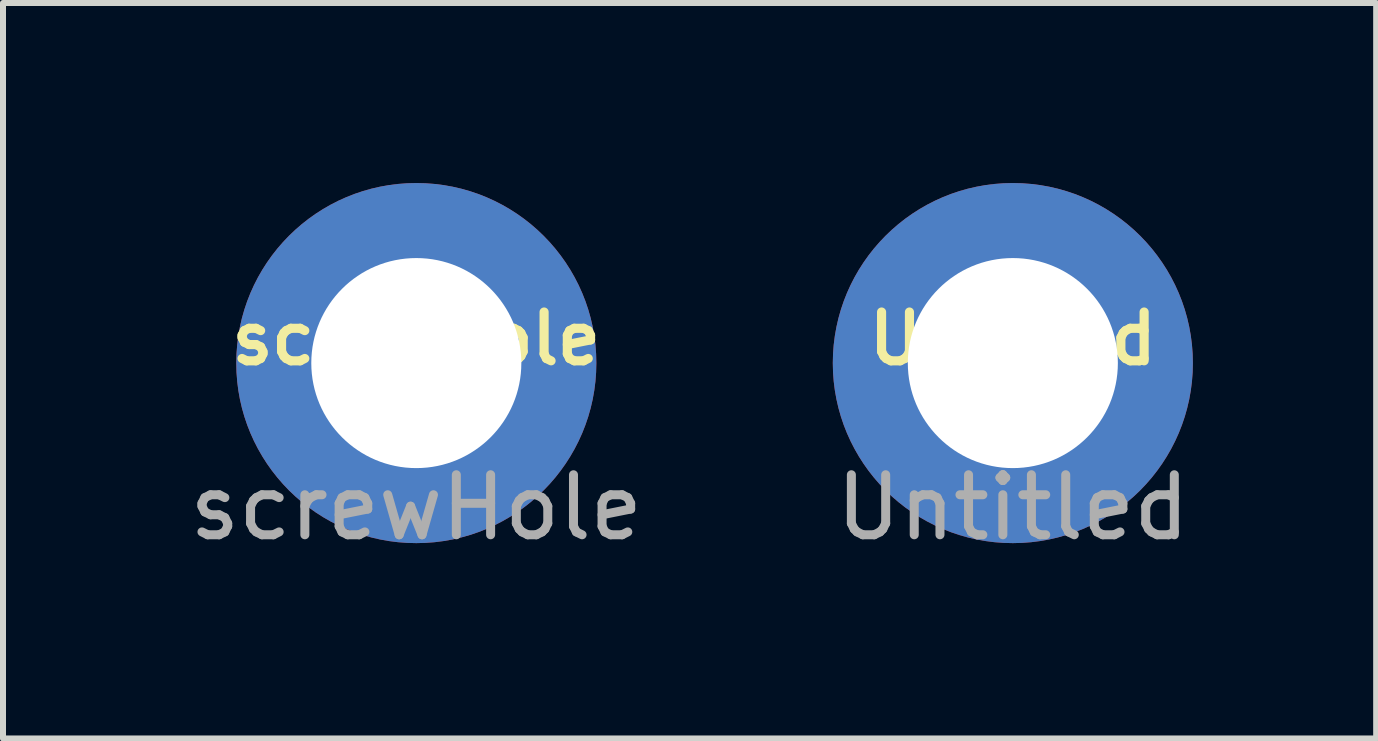
<source format=kicad_pcb>
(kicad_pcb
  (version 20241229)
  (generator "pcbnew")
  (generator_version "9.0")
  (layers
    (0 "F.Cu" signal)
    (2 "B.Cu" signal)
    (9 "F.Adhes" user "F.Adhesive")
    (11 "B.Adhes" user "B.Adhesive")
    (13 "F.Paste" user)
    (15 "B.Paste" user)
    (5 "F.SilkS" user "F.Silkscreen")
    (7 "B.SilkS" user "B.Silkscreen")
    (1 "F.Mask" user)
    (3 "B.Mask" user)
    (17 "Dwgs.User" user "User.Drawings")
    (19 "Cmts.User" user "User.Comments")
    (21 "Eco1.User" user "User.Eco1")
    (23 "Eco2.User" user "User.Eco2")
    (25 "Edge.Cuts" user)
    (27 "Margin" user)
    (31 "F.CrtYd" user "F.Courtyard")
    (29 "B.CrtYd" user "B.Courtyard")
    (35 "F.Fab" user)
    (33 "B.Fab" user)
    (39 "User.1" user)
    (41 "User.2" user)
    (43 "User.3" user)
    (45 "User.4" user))
  (footprint "Untitled"
    (layer "F.Cu")
    (at 13.827 3)
    (property "Reference" "Untitled" (at 0 -0.406 0) (unlocked yes) (layer "F.SilkS") (effects (font (size 0.813 0.813) (thickness 0.152))))
    (attr through_hole)
    (fp_text user "${REFERENCE}" (at 0 2.406 0) (unlocked yes) (layer "F.Fab") (effects (font (size 1 1) (thickness 0.15))))
    (pad "" np_thru_hole circle (at 0 0) (size 6 6) (drill 3.5) (layers "*.Cu" "*.Mask")))
  (footprint "screwHole"
    (layer "F.Cu")
    (at 3.887 3)
    (property "Reference" "screwHole" (at 0 -0.406 0) (unlocked yes) (layer "F.SilkS") (effects (font (size 0.813 0.813) (thickness 0.152))))
    (attr through_hole)
    (fp_text user "${REFERENCE}" (at 0 2.406 0) (unlocked yes) (layer "F.Fab") (effects (font (size 1 1) (thickness 0.15))))
    (pad "" np_thru_hole circle (at 0 0) (size 6 6) (drill 3.5) (layers "*.Cu" "*.Mask")))
  (gr_rect
    (start -3 -3)
    (end 19.881 9.255)
    (stroke (width 0.1) (type default))
    (fill no)
    (layer "Edge.Cuts")))
</source>
